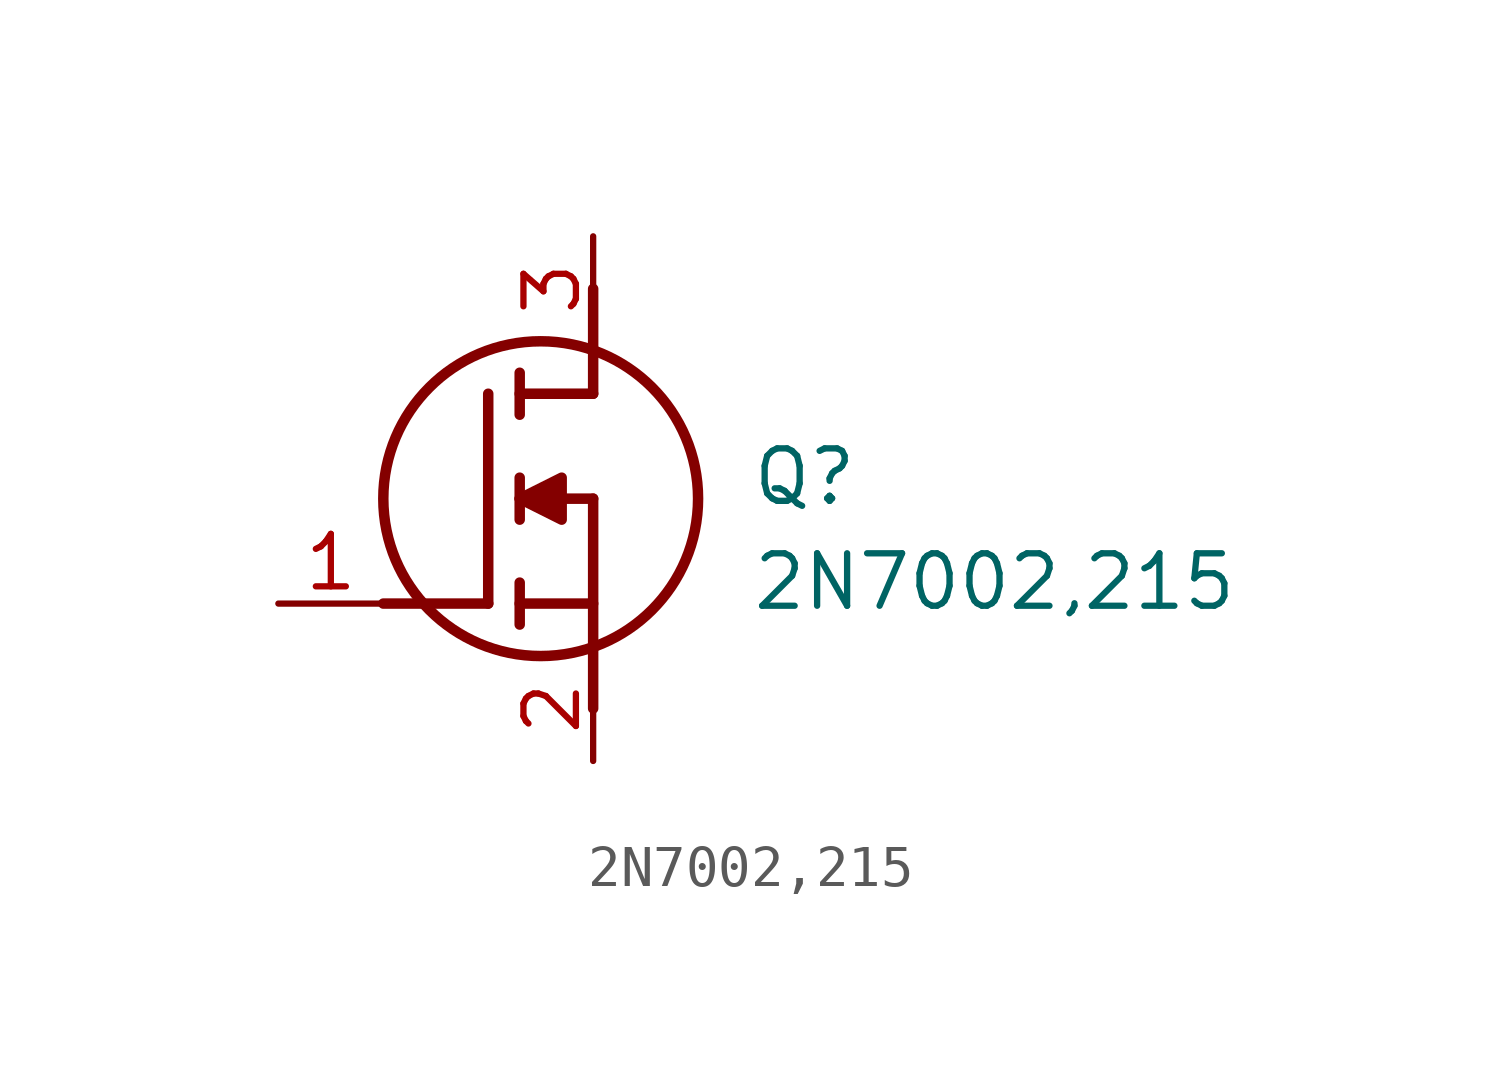
<source format=kicad_sym>
(kicad_symbol_lib
  (version 20241209)
  (generator "kicad_symbol_editor")
  (generator_version "9.0")
  (symbol "2N7002,215"
    (pin_names
      (hide yes))
    (property "Reference" "Q"
      (at 11.43 3.81 0)
      (effects (font (size 1.27 1.27)) (justify left top)))
    (property "Value" "2N7002,215"
      (at 11.43 1.27 0)
      (effects (font (size 1.27 1.27)) (justify left top)))
    (symbol "2N7002,215_1_1"
      (polyline (pts (xy 2.54 0) (xy 5.08 0)) (stroke (width 0.254) (type default)) (fill (type none)))
      (polyline (pts (xy 5.08 5.08) (xy 5.08 0)) (stroke (width 0.254) (type default)) (fill (type none)))
      (polyline (pts (xy 5.842 5.588) (xy 5.842 4.572)) (stroke (width 0.254) (type default)) (fill (type none)))
      (polyline (pts (xy 5.842 2.54) (xy 6.858 3.048) (xy 6.858 2.032) (xy 5.842 2.54)) (stroke (width 0.254) (type default)) (fill (type outline)))
      (polyline (pts (xy 5.842 2.032) (xy 5.842 3.048)) (stroke (width 0.254) (type default)) (fill (type none)))
      (polyline (pts (xy 5.842 0) (xy 7.62 0)) (stroke (width 0.254) (type default)) (fill (type none)))
      (polyline (pts (xy 5.842 -0.508) (xy 5.842 0.508)) (stroke (width 0.254) (type default)) (fill (type none)))
      (circle (center 6.35 2.54) (radius 3.81) (stroke (width 0.254) (type default)) (fill (type none)))
      (polyline (pts (xy 7.62 5.08) (xy 5.842 5.08)) (stroke (width 0.254) (type default)) (fill (type none)))
      (polyline (pts (xy 7.62 5.08) (xy 7.62 7.62)) (stroke (width 0.254) (type default)) (fill (type none)))
      (polyline (pts (xy 7.62 2.54) (xy 5.842 2.54)) (stroke (width 0.254) (type default)) (fill (type none)))
      (polyline (pts (xy 7.62 2.54) (xy 7.62 -2.54)) (stroke (width 0.254) (type default)) (fill (type none)))
      (pin passive line (at 0 0 0) (length 2.54) (name "G" (effects (font (size 1.27 1.27)))) (number "1" (effects (font (size 1.27 1.27)))))
      (pin passive line (at 7.62 8.89 270) (length 2.54) (name "D" (effects (font (size 1.27 1.27)))) (number "3" (effects (font (size 1.27 1.27)))))
      (pin passive line (at 7.62 -3.81 90) (length 2.54) (name "S" (effects (font (size 1.27 1.27)))) (number "2" (effects (font (size 1.27 1.27))))))))
</source>
